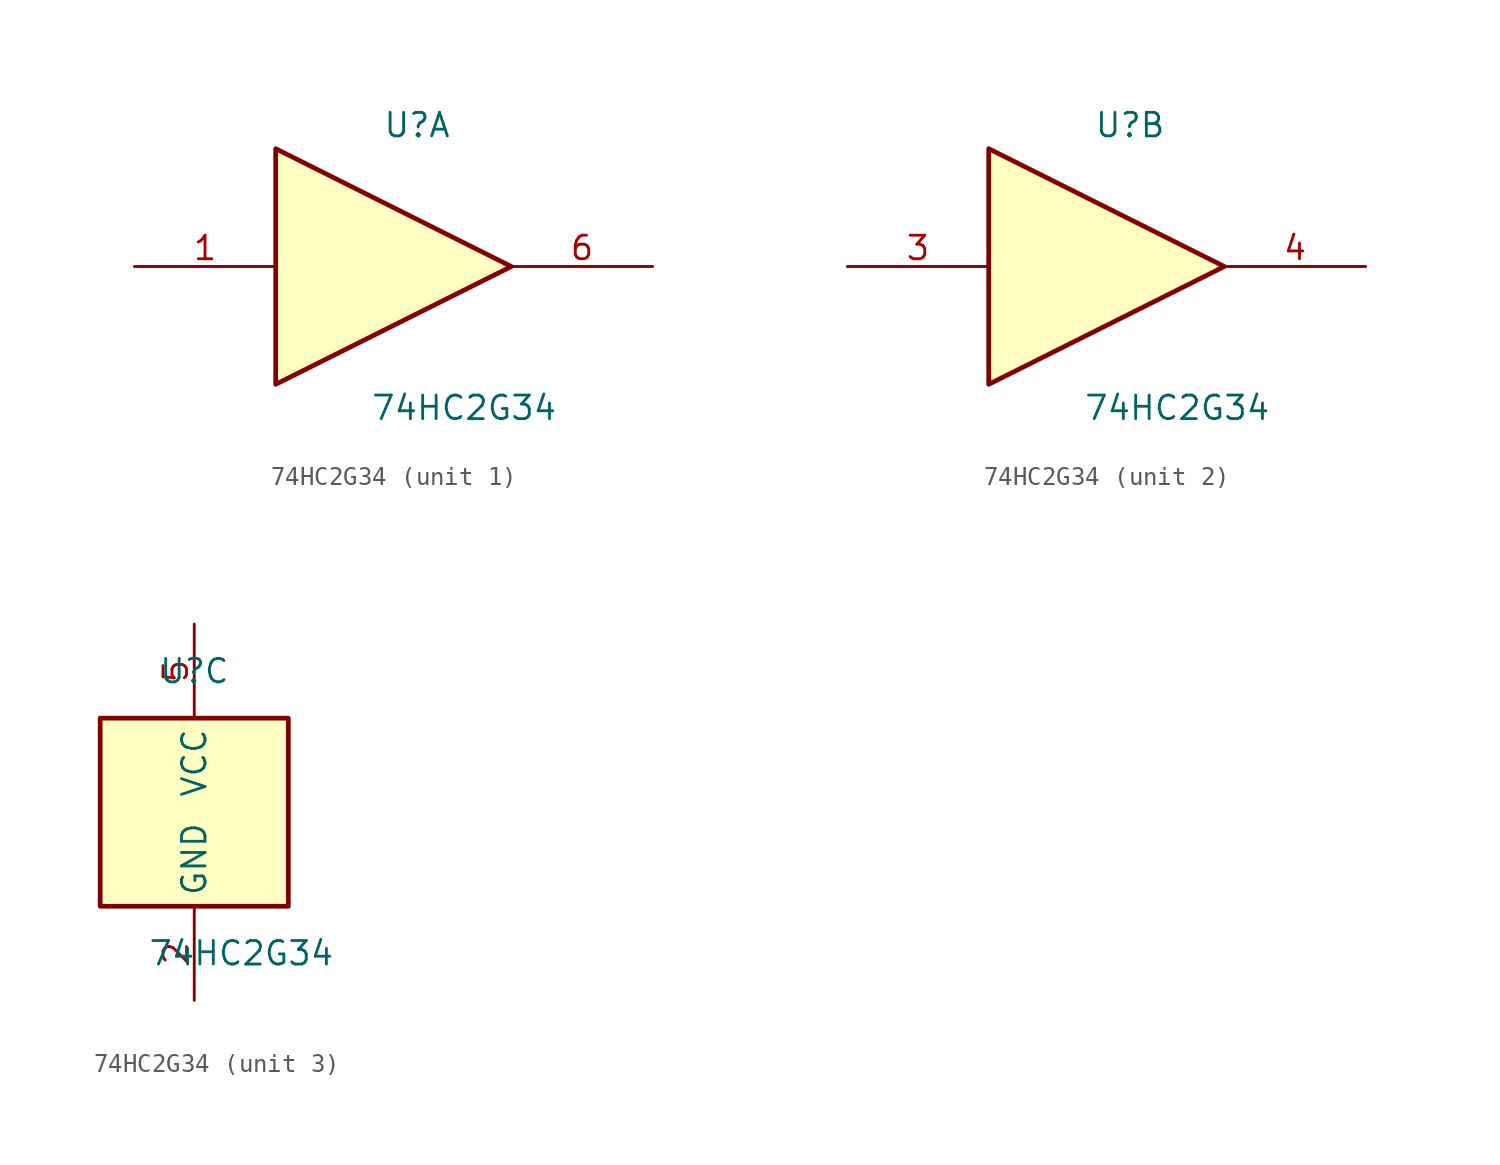
<source format=kicad_sym>
(kicad_symbol_lib
  (version 20231120)
  (generator "kicad_symbol_editor")
  (generator_version "8.0")
  (symbol "74HC2G34"
    (property "Reference" "U"
      (at 0 7.62 0)
      (effects (font (size 1.27 1.27))))
    (property "Value" "74HC2G34"
      (at 2.54 -7.62 0)
      (effects (font (size 1.27 1.27))))
    (symbol "74HC2G34_1_1"
      (polyline (pts (xy -7.62 6.35) (xy -7.62 -6.35) (xy 5.08 0) (xy -7.62 6.35)) (stroke (width 0.254) (type default)) (fill (type background)))
      (pin input line (at -15.24 0 0) (length 7.62) (name "~" (effects (font (size 1.27 1.27)))) (number "1" (effects (font (size 1.27 1.27)))))
      (pin output line (at 12.7 0 180) (length 7.62) (name "~" (effects (font (size 1.27 1.27)))) (number "6" (effects (font (size 1.27 1.27))))))
    (symbol "74HC2G34_2_1"
      (polyline (pts (xy -7.62 6.35) (xy -7.62 -6.35) (xy 5.08 0) (xy -7.62 6.35)) (stroke (width 0.254) (type default)) (fill (type background)))
      (pin input line (at -15.24 0 0) (length 7.62) (name "~" (effects (font (size 1.27 1.27)))) (number "3" (effects (font (size 1.27 1.27)))))
      (pin output line (at 12.7 0 180) (length 7.62) (name "~" (effects (font (size 1.27 1.27)))) (number "4" (effects (font (size 1.27 1.27))))))
    (symbol "74HC2G34_3_0"
      (rectangle (start -5.08 -5.08) (end 5.08 5.08) (stroke (width 0.254) (type default)) (fill (type background))))
    (symbol "74HC2G34_3_1"
      (pin power_in line (at 0 -10.16 90) (length 5.08) (name "GND" (effects (font (size 1.27 1.27)))) (number "2" (effects (font (size 1.27 1.27)))))
      (pin power_in line (at 0 10.16 270) (length 5.08) (name "VCC" (effects (font (size 1.27 1.27)))) (number "5" (effects (font (size 1.27 1.27))))))))
</source>
